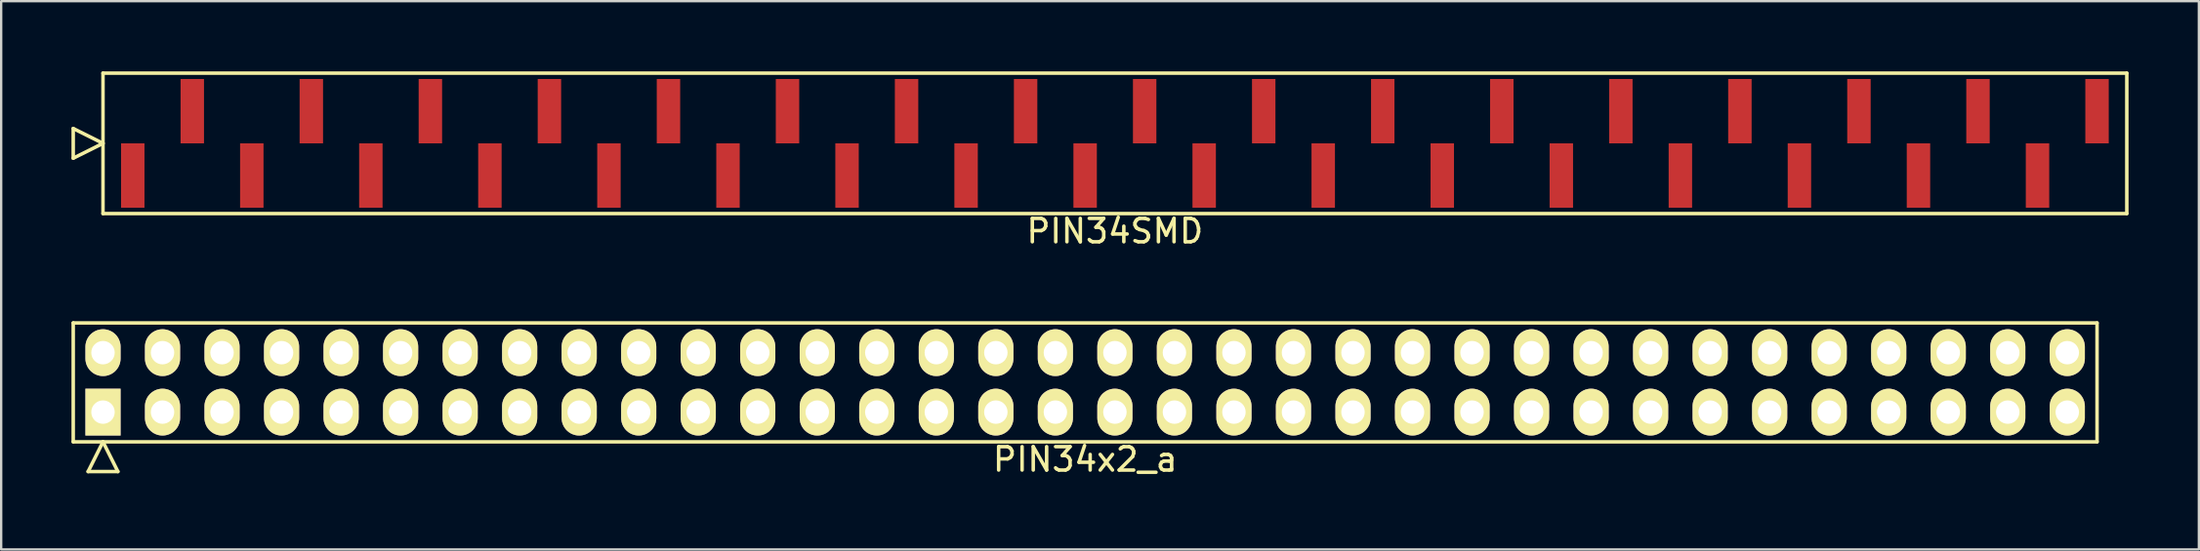
<source format=kicad_pcb>
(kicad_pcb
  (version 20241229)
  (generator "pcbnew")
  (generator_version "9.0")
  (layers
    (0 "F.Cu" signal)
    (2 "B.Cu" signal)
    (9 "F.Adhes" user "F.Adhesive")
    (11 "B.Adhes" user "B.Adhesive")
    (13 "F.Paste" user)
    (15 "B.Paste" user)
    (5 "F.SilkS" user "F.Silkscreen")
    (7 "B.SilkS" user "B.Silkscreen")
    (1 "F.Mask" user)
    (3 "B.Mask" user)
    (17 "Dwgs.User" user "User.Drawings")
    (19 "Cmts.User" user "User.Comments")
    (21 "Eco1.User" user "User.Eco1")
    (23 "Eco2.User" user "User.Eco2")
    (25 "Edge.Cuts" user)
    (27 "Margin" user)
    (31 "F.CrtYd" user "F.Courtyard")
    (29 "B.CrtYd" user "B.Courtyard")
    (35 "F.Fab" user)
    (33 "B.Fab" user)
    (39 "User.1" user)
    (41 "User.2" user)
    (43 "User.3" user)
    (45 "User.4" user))
  (footprint "PIN34x2_a"
    (layer "F.Cu")
    (at 43.255 13.288)
    (property "Reference" "PIN34x2_a" (at 0 3.29 0) (layer "F.SilkS") (effects (font (size 1 1) (thickness 0.15))))
    (attr through_hole)
    (fp_line (start -43.18 -2.54) (end -43.18 2.54) (stroke (width 0.15) (type solid)) (layer "F.SilkS"))
    (fp_line (start -43.18 2.54) (end 43.18 2.54) (stroke (width 0.15) (type solid)) (layer "F.SilkS"))
    (fp_line (start -42.545 3.81) (end -41.91 2.54) (stroke (width 0.15) (type solid)) (layer "F.SilkS"))
    (fp_line (start -42.545 3.81) (end -41.275 3.81) (stroke (width 0.15) (type solid)) (layer "F.SilkS"))
    (fp_line (start -41.275 3.81) (end -41.91 2.54) (stroke (width 0.15) (type solid)) (layer "F.SilkS"))
    (fp_line (start 43.18 -2.54) (end -43.18 -2.54) (stroke (width 0.15) (type solid)) (layer "F.SilkS"))
    (fp_line (start 43.18 2.54) (end 43.18 -2.54) (stroke (width 0.15) (type solid)) (layer "F.SilkS"))
    (pad "1" thru_hole rect (at -41.91 1.27) (size 1.5 2) (drill 1) (layers "*.Cu" "*.Mask" "F.SilkS"))
    (pad "2" thru_hole oval (at -41.91 -1.27) (size 1.5 2) (drill 1) (layers "*.Cu" "*.Mask" "F.SilkS"))
    (pad "3" thru_hole oval (at -39.37 1.27) (size 1.5 2) (drill 1) (layers "*.Cu" "*.Mask" "F.SilkS"))
    (pad "4" thru_hole oval (at -39.37 -1.27) (size 1.5 2) (drill 1) (layers "*.Cu" "*.Mask" "F.SilkS"))
    (pad "5" thru_hole oval (at -36.83 1.27) (size 1.5 2) (drill 1) (layers "*.Cu" "*.Mask" "F.SilkS"))
    (pad "6" thru_hole oval (at -36.83 -1.27) (size 1.5 2) (drill 1) (layers "*.Cu" "*.Mask" "F.SilkS"))
    (pad "7" thru_hole oval (at -34.29 1.27) (size 1.5 2) (drill 1) (layers "*.Cu" "*.Mask" "F.SilkS"))
    (pad "8" thru_hole oval (at -34.29 -1.27) (size 1.5 2) (drill 1) (layers "*.Cu" "*.Mask" "F.SilkS"))
    (pad "9" thru_hole oval (at -31.75 1.27) (size 1.5 2) (drill 1) (layers "*.Cu" "*.Mask" "F.SilkS"))
    (pad "10" thru_hole oval (at -31.75 -1.27) (size 1.5 2) (drill 1) (layers "*.Cu" "*.Mask" "F.SilkS"))
    (pad "11" thru_hole oval (at -29.21 1.27) (size 1.5 2) (drill 1) (layers "*.Cu" "*.Mask" "F.SilkS"))
    (pad "12" thru_hole oval (at -29.21 -1.27) (size 1.5 2) (drill 1) (layers "*.Cu" "*.Mask" "F.SilkS"))
    (pad "13" thru_hole oval (at -26.67 1.27) (size 1.5 2) (drill 1) (layers "*.Cu" "*.Mask" "F.SilkS"))
    (pad "14" thru_hole oval (at -26.67 -1.27) (size 1.5 2) (drill 1) (layers "*.Cu" "*.Mask" "F.SilkS"))
    (pad "15" thru_hole oval (at -24.13 1.27) (size 1.5 2) (drill 1) (layers "*.Cu" "*.Mask" "F.SilkS"))
    (pad "16" thru_hole oval (at -24.13 -1.27) (size 1.5 2) (drill 1) (layers "*.Cu" "*.Mask" "F.SilkS"))
    (pad "17" thru_hole oval (at -21.59 1.27) (size 1.5 2) (drill 1) (layers "*.Cu" "*.Mask" "F.SilkS"))
    (pad "18" thru_hole oval (at -21.59 -1.27) (size 1.5 2) (drill 1) (layers "*.Cu" "*.Mask" "F.SilkS"))
    (pad "19" thru_hole oval (at -19.05 1.27) (size 1.5 2) (drill 1) (layers "*.Cu" "*.Mask" "F.SilkS"))
    (pad "20" thru_hole oval (at -19.05 -1.27) (size 1.5 2) (drill 1) (layers "*.Cu" "*.Mask" "F.SilkS"))
    (pad "21" thru_hole oval (at -16.51 1.27) (size 1.5 2) (drill 1) (layers "*.Cu" "*.Mask" "F.SilkS"))
    (pad "22" thru_hole oval (at -16.51 -1.27) (size 1.5 2) (drill 1) (layers "*.Cu" "*.Mask" "F.SilkS"))
    (pad "23" thru_hole oval (at -13.97 1.27) (size 1.5 2) (drill 1) (layers "*.Cu" "*.Mask" "F.SilkS"))
    (pad "24" thru_hole oval (at -13.97 -1.27) (size 1.5 2) (drill 1) (layers "*.Cu" "*.Mask" "F.SilkS"))
    (pad "25" thru_hole oval (at -11.43 1.27) (size 1.5 2) (drill 1) (layers "*.Cu" "*.Mask" "F.SilkS"))
    (pad "26" thru_hole oval (at -11.43 -1.27) (size 1.5 2) (drill 1) (layers "*.Cu" "*.Mask" "F.SilkS"))
    (pad "27" thru_hole oval (at -8.89 1.27) (size 1.5 2) (drill 1) (layers "*.Cu" "*.Mask" "F.SilkS"))
    (pad "28" thru_hole oval (at -8.89 -1.27) (size 1.5 2) (drill 1) (layers "*.Cu" "*.Mask" "F.SilkS"))
    (pad "29" thru_hole oval (at -6.35 1.27) (size 1.5 2) (drill 1) (layers "*.Cu" "*.Mask" "F.SilkS"))
    (pad "30" thru_hole oval (at -6.35 -1.27) (size 1.5 2) (drill 1) (layers "*.Cu" "*.Mask" "F.SilkS"))
    (pad "31" thru_hole oval (at -3.81 1.27) (size 1.5 2) (drill 1) (layers "*.Cu" "*.Mask" "F.SilkS"))
    (pad "32" thru_hole oval (at -3.81 -1.27) (size 1.5 2) (drill 1) (layers "*.Cu" "*.Mask" "F.SilkS"))
    (pad "33" thru_hole oval (at -1.27 1.27) (size 1.5 2) (drill 1) (layers "*.Cu" "*.Mask" "F.SilkS"))
    (pad "34" thru_hole oval (at -1.27 -1.27) (size 1.5 2) (drill 1) (layers "*.Cu" "*.Mask" "F.SilkS"))
    (pad "35" thru_hole oval (at 1.27 1.27) (size 1.5 2) (drill 1) (layers "*.Cu" "*.Mask" "F.SilkS"))
    (pad "36" thru_hole oval (at 1.27 -1.27) (size 1.5 2) (drill 1) (layers "*.Cu" "*.Mask" "F.SilkS"))
    (pad "37" thru_hole oval (at 3.81 1.27) (size 1.5 2) (drill 1) (layers "*.Cu" "*.Mask" "F.SilkS"))
    (pad "38" thru_hole oval (at 3.81 -1.27) (size 1.5 2) (drill 1) (layers "*.Cu" "*.Mask" "F.SilkS"))
    (pad "39" thru_hole oval (at 6.35 1.27) (size 1.5 2) (drill 1) (layers "*.Cu" "*.Mask" "F.SilkS"))
    (pad "40" thru_hole oval (at 6.35 -1.27) (size 1.5 2) (drill 1) (layers "*.Cu" "*.Mask" "F.SilkS"))
    (pad "41" thru_hole oval (at 8.89 1.27) (size 1.5 2) (drill 1) (layers "*.Cu" "*.Mask" "F.SilkS"))
    (pad "42" thru_hole oval (at 8.89 -1.27) (size 1.5 2) (drill 1) (layers "*.Cu" "*.Mask" "F.SilkS"))
    (pad "43" thru_hole oval (at 11.43 1.27) (size 1.5 2) (drill 1) (layers "*.Cu" "*.Mask" "F.SilkS"))
    (pad "44" thru_hole oval (at 11.43 -1.27) (size 1.5 2) (drill 1) (layers "*.Cu" "*.Mask" "F.SilkS"))
    (pad "45" thru_hole oval (at 13.97 1.27) (size 1.5 2) (drill 1) (layers "*.Cu" "*.Mask" "F.SilkS"))
    (pad "46" thru_hole oval (at 13.97 -1.27) (size 1.5 2) (drill 1) (layers "*.Cu" "*.Mask" "F.SilkS"))
    (pad "47" thru_hole oval (at 16.51 1.27) (size 1.5 2) (drill 1) (layers "*.Cu" "*.Mask" "F.SilkS"))
    (pad "48" thru_hole oval (at 16.51 -1.27) (size 1.5 2) (drill 1) (layers "*.Cu" "*.Mask" "F.SilkS"))
    (pad "49" thru_hole oval (at 19.05 1.27) (size 1.5 2) (drill 1) (layers "*.Cu" "*.Mask" "F.SilkS"))
    (pad "50" thru_hole oval (at 19.05 -1.27) (size 1.5 2) (drill 1) (layers "*.Cu" "*.Mask" "F.SilkS"))
    (pad "51" thru_hole oval (at 21.59 1.27) (size 1.5 2) (drill 1) (layers "*.Cu" "*.Mask" "F.SilkS"))
    (pad "52" thru_hole oval (at 21.59 -1.27) (size 1.5 2) (drill 1) (layers "*.Cu" "*.Mask" "F.SilkS"))
    (pad "53" thru_hole oval (at 24.13 1.27) (size 1.5 2) (drill 1) (layers "*.Cu" "*.Mask" "F.SilkS"))
    (pad "54" thru_hole oval (at 24.13 -1.27) (size 1.5 2) (drill 1) (layers "*.Cu" "*.Mask" "F.SilkS"))
    (pad "55" thru_hole oval (at 26.67 1.27) (size 1.5 2) (drill 1) (layers "*.Cu" "*.Mask" "F.SilkS"))
    (pad "56" thru_hole oval (at 26.67 -1.27) (size 1.5 2) (drill 1) (layers "*.Cu" "*.Mask" "F.SilkS"))
    (pad "57" thru_hole oval (at 29.21 1.27) (size 1.5 2) (drill 1) (layers "*.Cu" "*.Mask" "F.SilkS"))
    (pad "58" thru_hole oval (at 29.21 -1.27) (size 1.5 2) (drill 1) (layers "*.Cu" "*.Mask" "F.SilkS"))
    (pad "59" thru_hole oval (at 31.75 1.27) (size 1.5 2) (drill 1) (layers "*.Cu" "*.Mask" "F.SilkS"))
    (pad "60" thru_hole oval (at 31.75 -1.27) (size 1.5 2) (drill 1) (layers "*.Cu" "*.Mask" "F.SilkS"))
    (pad "61" thru_hole oval (at 34.29 1.27) (size 1.5 2) (drill 1) (layers "*.Cu" "*.Mask" "F.SilkS"))
    (pad "62" thru_hole oval (at 34.29 -1.27) (size 1.5 2) (drill 1) (layers "*.Cu" "*.Mask" "F.SilkS"))
    (pad "63" thru_hole oval (at 36.83 1.27) (size 1.5 2) (drill 1) (layers "*.Cu" "*.Mask" "F.SilkS"))
    (pad "64" thru_hole oval (at 36.83 -1.27) (size 1.5 2) (drill 1) (layers "*.Cu" "*.Mask" "F.SilkS"))
    (pad "65" thru_hole oval (at 39.37 1.27) (size 1.5 2) (drill 1) (layers "*.Cu" "*.Mask" "F.SilkS"))
    (pad "66" thru_hole oval (at 39.37 -1.27) (size 1.5 2) (drill 1) (layers "*.Cu" "*.Mask" "F.SilkS"))
    (pad "67" thru_hole oval (at 41.91 1.27) (size 1.5 2) (drill 1) (layers "*.Cu" "*.Mask" "F.SilkS"))
    (pad "68" thru_hole oval (at 41.91 -1.27) (size 1.5 2) (drill 1) (layers "*.Cu" "*.Mask" "F.SilkS")))
  (footprint "PIN34SMD"
    (layer "F.Cu")
    (at 44.525 3.075)
    (property "Reference" "PIN34SMD" (at 0 3.75 0) (layer "F.SilkS") (effects (font (size 1 1) (thickness 0.15))))
    (attr through_hole)
    (fp_line (start -44.45 0.635) (end -44.45 -0.635) (stroke (width 0.15) (type solid)) (layer "F.SilkS"))
    (fp_line (start -43.18 -3) (end -43.18 3) (stroke (width 0.15) (type solid)) (layer "F.SilkS"))
    (fp_line (start -43.18 0) (end -44.45 -0.635) (stroke (width 0.15) (type solid)) (layer "F.SilkS"))
    (fp_line (start -43.18 0) (end -44.45 0.635) (stroke (width 0.15) (type solid)) (layer "F.SilkS"))
    (fp_line (start -43.18 3) (end 43.18 3) (stroke (width 0.15) (type solid)) (layer "F.SilkS"))
    (fp_line (start 43.18 -3) (end -43.18 -3) (stroke (width 0.15) (type solid)) (layer "F.SilkS"))
    (fp_line (start 43.18 3) (end 43.18 -3) (stroke (width 0.15) (type solid)) (layer "F.SilkS"))
    (pad "1" smd rect (at -41.91 1.375) (size 1 2.75) (layers "F.Cu" "F.Mask" "F.Paste"))
    (pad "2" smd rect (at -39.37 -1.375) (size 1 2.75) (layers "F.Cu" "F.Mask" "F.Paste"))
    (pad "3" smd rect (at -36.83 1.375) (size 1 2.75) (layers "F.Cu" "F.Mask" "F.Paste"))
    (pad "4" smd rect (at -34.29 -1.375) (size 1 2.75) (layers "F.Cu" "F.Mask" "F.Paste"))
    (pad "5" smd rect (at -31.75 1.375) (size 1 2.75) (layers "F.Cu" "F.Mask" "F.Paste"))
    (pad "6" smd rect (at -29.21 -1.375) (size 1 2.75) (layers "F.Cu" "F.Mask" "F.Paste"))
    (pad "7" smd rect (at -26.67 1.375) (size 1 2.75) (layers "F.Cu" "F.Mask" "F.Paste"))
    (pad "8" smd rect (at -24.13 -1.375) (size 1 2.75) (layers "F.Cu" "F.Mask" "F.Paste"))
    (pad "9" smd rect (at -21.59 1.375) (size 1 2.75) (layers "F.Cu" "F.Mask" "F.Paste"))
    (pad "10" smd rect (at -19.05 -1.375) (size 1 2.75) (layers "F.Cu" "F.Mask" "F.Paste"))
    (pad "11" smd rect (at -16.51 1.375) (size 1 2.75) (layers "F.Cu" "F.Mask" "F.Paste"))
    (pad "12" smd rect (at -13.97 -1.375) (size 1 2.75) (layers "F.Cu" "F.Mask" "F.Paste"))
    (pad "13" smd rect (at -11.43 1.375) (size 1 2.75) (layers "F.Cu" "F.Mask" "F.Paste"))
    (pad "14" smd rect (at -8.89 -1.375) (size 1 2.75) (layers "F.Cu" "F.Mask" "F.Paste"))
    (pad "15" smd rect (at -6.35 1.375) (size 1 2.75) (layers "F.Cu" "F.Mask" "F.Paste"))
    (pad "16" smd rect (at -3.81 -1.375) (size 1 2.75) (layers "F.Cu" "F.Mask" "F.Paste"))
    (pad "17" smd rect (at -1.27 1.375) (size 1 2.75) (layers "F.Cu" "F.Mask" "F.Paste"))
    (pad "18" smd rect (at 1.27 -1.375) (size 1 2.75) (layers "F.Cu" "F.Mask" "F.Paste"))
    (pad "19" smd rect (at 3.81 1.375) (size 1 2.75) (layers "F.Cu" "F.Mask" "F.Paste"))
    (pad "20" smd rect (at 6.35 -1.375) (size 1 2.75) (layers "F.Cu" "F.Mask" "F.Paste"))
    (pad "21" smd rect (at 8.89 1.375) (size 1 2.75) (layers "F.Cu" "F.Mask" "F.Paste"))
    (pad "22" smd rect (at 11.43 -1.375) (size 1 2.75) (layers "F.Cu" "F.Mask" "F.Paste"))
    (pad "23" smd rect (at 13.97 1.375) (size 1 2.75) (layers "F.Cu" "F.Mask" "F.Paste"))
    (pad "24" smd rect (at 16.51 -1.375) (size 1 2.75) (layers "F.Cu" "F.Mask" "F.Paste"))
    (pad "25" smd rect (at 19.05 1.375) (size 1 2.75) (layers "F.Cu" "F.Mask" "F.Paste"))
    (pad "26" smd rect (at 21.59 -1.375) (size 1 2.75) (layers "F.Cu" "F.Mask" "F.Paste"))
    (pad "27" smd rect (at 24.13 1.375) (size 1 2.75) (layers "F.Cu" "F.Mask" "F.Paste"))
    (pad "28" smd rect (at 26.67 -1.375) (size 1 2.75) (layers "F.Cu" "F.Mask" "F.Paste"))
    (pad "29" smd rect (at 29.21 1.375) (size 1 2.75) (layers "F.Cu" "F.Mask" "F.Paste"))
    (pad "30" smd rect (at 31.75 -1.375) (size 1 2.75) (layers "F.Cu" "F.Mask" "F.Paste"))
    (pad "31" smd rect (at 34.29 1.375) (size 1 2.75) (layers "F.Cu" "F.Mask" "F.Paste"))
    (pad "32" smd rect (at 36.83 -1.375) (size 1 2.75) (layers "F.Cu" "F.Mask" "F.Paste"))
    (pad "33" smd rect (at 39.37 1.375) (size 1 2.75) (layers "F.Cu" "F.Mask" "F.Paste"))
    (pad "34" smd rect (at 41.91 -1.375) (size 1 2.75) (layers "F.Cu" "F.Mask" "F.Paste")))
  (gr_rect
    (start -3 -3)
    (end 90.78 20.427)
    (stroke (width 0.1) (type default))
    (fill no)
    (layer "Edge.Cuts")))
</source>
